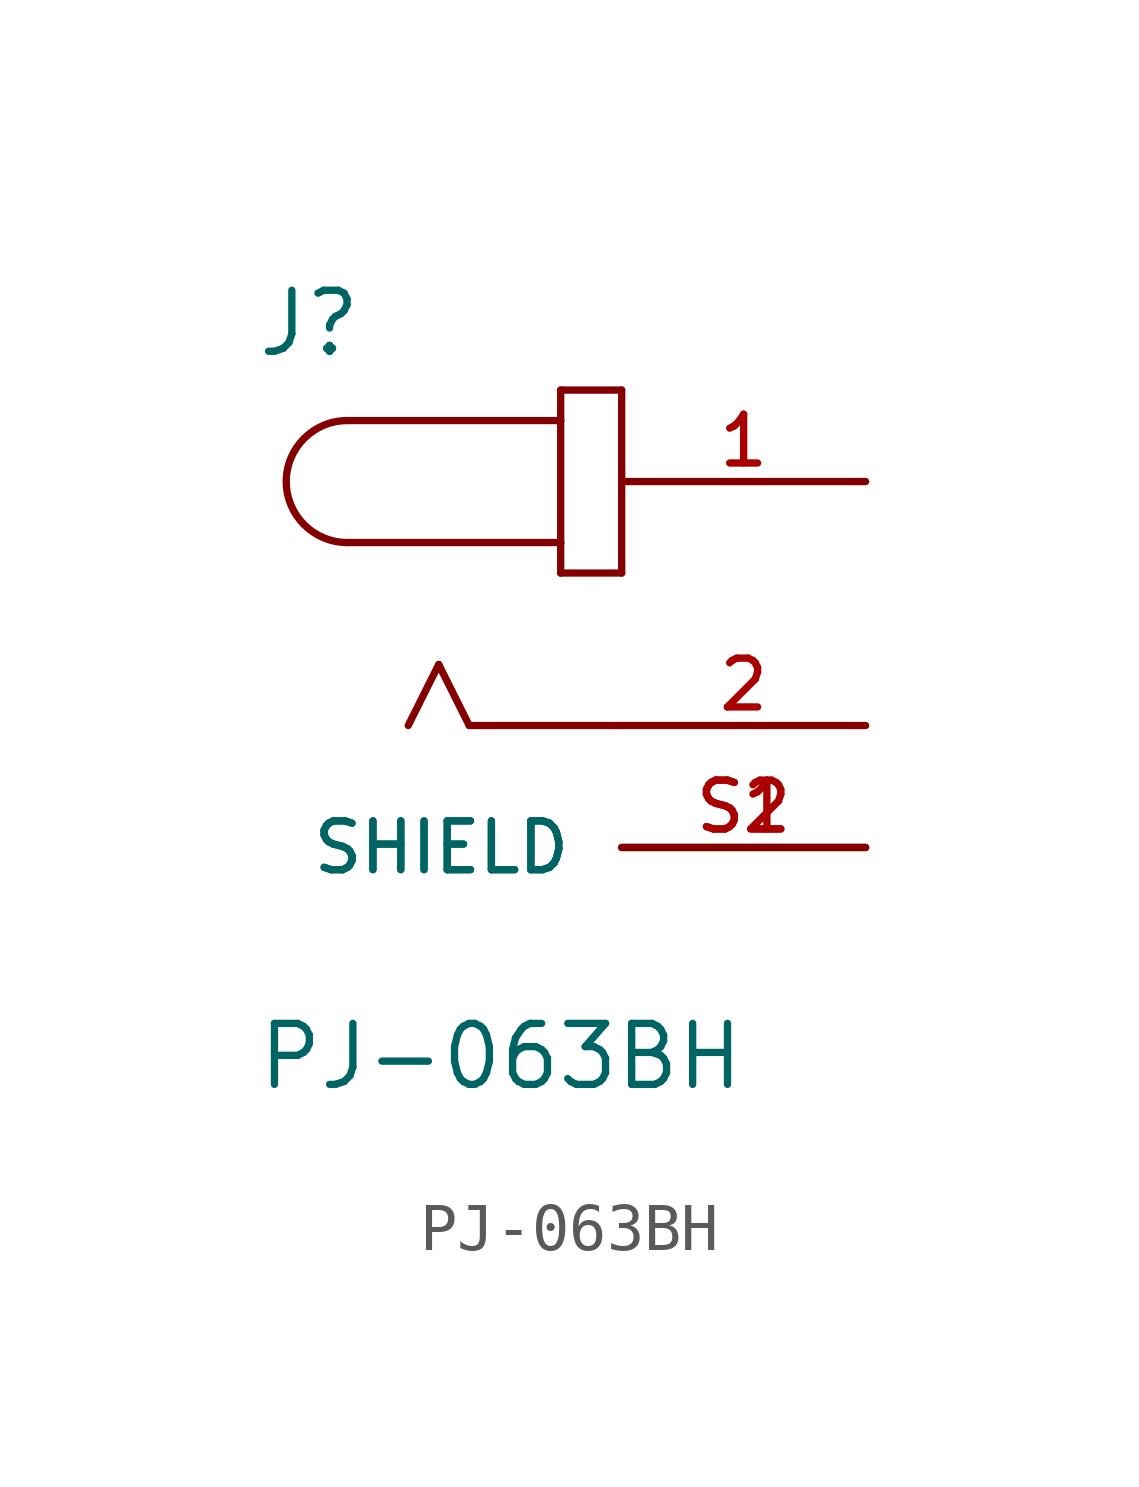
<source format=kicad_sym>
(kicad_symbol_lib
  (version 20211014)
  (generator kicad_symbol_editor)
  (symbol "PJ-063BH"
    (pin_names
      (offset 1.016))
    (property "Reference" "J"
      (at -7.634 5.09 0)
      (effects (font (size 1.27 1.27)) (justify bottom left)))
    (property "Value" "PJ-063BH"
      (at -7.633 -10.177 0)
      (effects (font (size 1.27 1.27)) (justify bottom left)))
    (symbol "PJ-063BH_0_0"
      (arc (start -5.715 3.81) (mid -6.985 2.54) (end -5.715 1.27) (stroke (width 0.1524) (type default) (color 0 0 0 0)) (fill (type none)))
      (polyline (pts (xy -5.715 3.81) (xy -1.27 3.81)) (stroke (width 0.152)))
      (polyline (pts (xy -1.27 3.81) (xy -1.27 1.27)) (stroke (width 0.152)))
      (polyline (pts (xy -1.27 1.27) (xy -5.715 1.27)) (stroke (width 0.152)))
      (polyline (pts (xy -1.27 1.27) (xy -1.27 0.635)) (stroke (width 0.152)))
      (polyline (pts (xy -1.27 0.635) (xy 0.0 0.635)) (stroke (width 0.152)))
      (polyline (pts (xy 0.0 0.635) (xy 0.0 4.445)) (stroke (width 0.152)))
      (polyline (pts (xy 0.0 4.445) (xy -1.27 4.445)) (stroke (width 0.152)))
      (polyline (pts (xy -1.27 4.445) (xy -1.27 3.81)) (stroke (width 0.152)))
      (polyline (pts (xy 0.0 -2.54) (xy -3.175 -2.54)) (stroke (width 0.152)))
      (polyline (pts (xy -3.175 -2.54) (xy -3.81 -1.27)) (stroke (width 0.152)))
      (polyline (pts (xy -3.81 -1.27) (xy -4.445 -2.54)) (stroke (width 0.152)))
      (pin passive line (at 5.08 2.54 180.0) (length 5.08) (name "~" (effects (font (size 1.016 1.016)))) (number "1" (effects (font (size 1.016 1.016)))))
      (pin passive line (at 5.08 -2.54 180.0) (length 5.08) (name "~" (effects (font (size 1.016 1.016)))) (number "2" (effects (font (size 1.016 1.016)))))
      (pin power_in line (at 5.08 -5.08 180.0) (length 5.08) (name "SHIELD" (effects (font (size 1.016 1.016)))) (number "S1" (effects (font (size 1.016 1.016)))))
      (pin power_in line (at 5.08 -5.08 180.0) (length 5.08) (name "SHIELD" (effects (font (size 1.016 1.016)))) (number "S2" (effects (font (size 1.016 1.016))))))))
</source>
